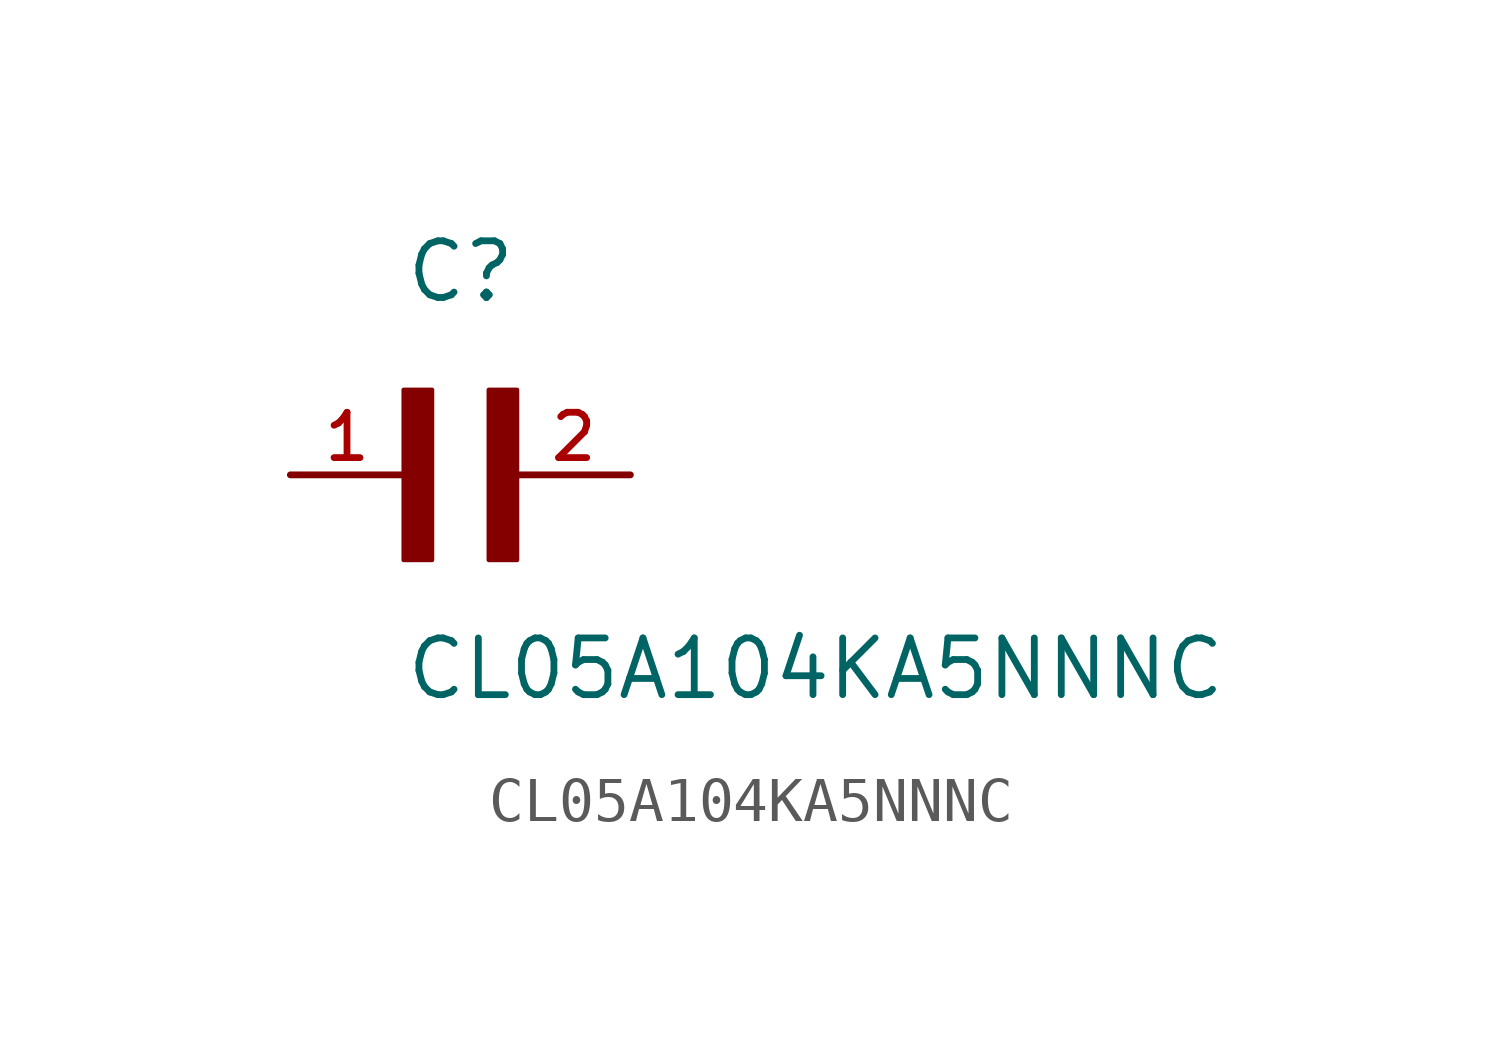
<source format=kicad_sym>
(kicad_symbol_lib
  (version 20211014)
  (generator kicad_symbol_editor)
  (symbol "CL05A104KA5NNNC"
    (pin_names
      (offset 1.016))
    (property "Reference" "C"
      (at 0.0 3.811 0)
      (effects (font (size 1.27 1.27)) (justify bottom left)))
    (property "Value" "CL05A104KA5NNNC"
      (at 0.0 -5.088 0)
      (effects (font (size 1.27 1.27)) (justify bottom left)))
    (symbol "CL05A104KA5NNNC_0_0"
      (rectangle (start 0.0 -1.907) (end 0.635 1.905) (stroke (width 0.1)) (fill (type outline)))
      (rectangle (start 1.907 -1.907) (end 2.54 1.905) (stroke (width 0.1)) (fill (type outline)))
      (pin passive line (at -2.54 0.0 0) (length 2.54) (name "~" (effects (font (size 1.016 1.016)))) (number "1" (effects (font (size 1.016 1.016)))))
      (pin passive line (at 5.08 0.0 180.0) (length 2.54) (name "~" (effects (font (size 1.016 1.016)))) (number "2" (effects (font (size 1.016 1.016))))))))
</source>
